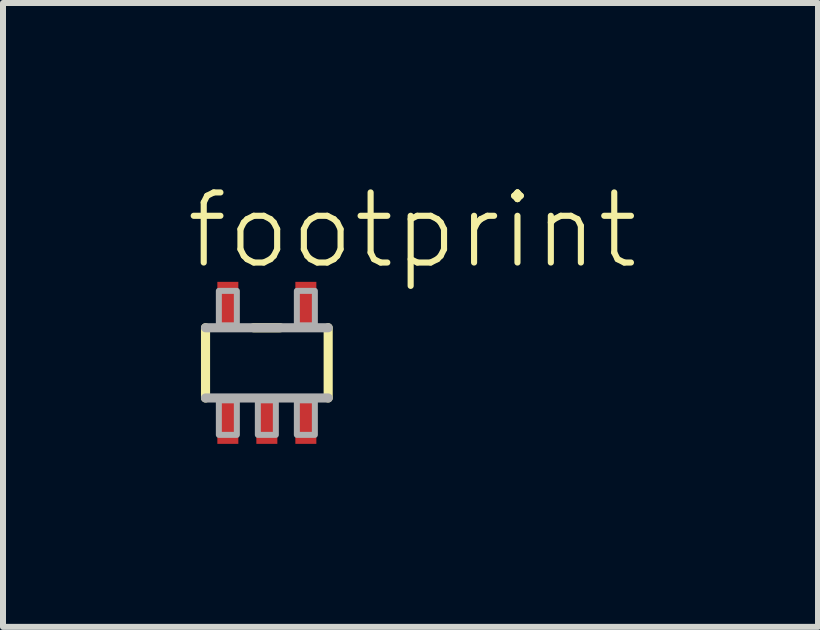
<source format=kicad_pcb>
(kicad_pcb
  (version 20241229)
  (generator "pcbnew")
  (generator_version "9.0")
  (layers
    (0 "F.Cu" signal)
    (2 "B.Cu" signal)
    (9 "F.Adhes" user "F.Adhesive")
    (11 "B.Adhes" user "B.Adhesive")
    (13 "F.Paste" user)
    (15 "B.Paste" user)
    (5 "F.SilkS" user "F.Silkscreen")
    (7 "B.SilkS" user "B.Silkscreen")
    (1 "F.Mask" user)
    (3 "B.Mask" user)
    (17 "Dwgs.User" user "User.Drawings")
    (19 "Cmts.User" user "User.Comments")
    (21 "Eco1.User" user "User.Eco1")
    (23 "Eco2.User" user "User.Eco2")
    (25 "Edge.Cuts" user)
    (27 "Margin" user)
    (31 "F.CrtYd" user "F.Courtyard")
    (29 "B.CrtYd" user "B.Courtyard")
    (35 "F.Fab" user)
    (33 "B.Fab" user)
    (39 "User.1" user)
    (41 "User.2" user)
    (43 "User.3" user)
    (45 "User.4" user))
  (footprint "footprint"
    (layer "F.Cu")
    (at 1.397 2.997)
    (property "Reference" "footprint" (at -1.397 -1.524 0) (layer "F.SilkS") (effects (font (size 1.168 1.168) (thickness 0.102)) (justify left bottom)))
    (fp_poly (pts (xy -0.875 1.4) (xy -0.425 1.4) (xy -0.425 0.5) (xy -0.875 0.5)) (stroke (width 0) (type solid)) (fill yes) (layer "F.Mask"))
    (fp_poly (pts (xy -0.425 -1.4) (xy -0.875 -1.4) (xy -0.875 -0.5) (xy -0.425 -0.5)) (stroke (width 0) (type solid)) (fill yes) (layer "F.Mask"))
    (fp_poly (pts (xy -0.225 1.4) (xy 0.225 1.4) (xy 0.225 0.5) (xy -0.225 0.5)) (stroke (width 0) (type solid)) (fill yes) (layer "F.Mask"))
    (fp_poly (pts (xy 0.425 1.4) (xy 0.875 1.4) (xy 0.875 0.5) (xy 0.425 0.5)) (stroke (width 0) (type solid)) (fill yes) (layer "F.Mask"))
    (fp_poly (pts (xy 0.875 -1.4) (xy 0.425 -1.4) (xy 0.425 -0.5) (xy 0.875 -0.5)) (stroke (width 0) (type solid)) (fill yes) (layer "F.Mask"))
    (fp_line (start -1.022 0.585) (end -1.022 -0.585) (stroke (width 0.152) (type solid)) (layer "F.SilkS"))
    (fp_line (start -0.222 -0.585) (end 0.222 -0.585) (stroke (width 0.152) (type solid)) (layer "F.SilkS"))
    (fp_line (start 1.022 -0.585) (end 1.022 0.585) (stroke (width 0.152) (type solid)) (layer "F.SilkS"))
    (fp_poly (pts (xy -0.8 1.325) (xy -0.5 1.325) (xy -0.5 0.575) (xy -0.8 0.575)) (stroke (width 0) (type solid)) (fill yes) (layer "F.Paste"))
    (fp_poly (pts (xy -0.5 -1.325) (xy -0.8 -1.325) (xy -0.8 -0.575) (xy -0.5 -0.575)) (stroke (width 0) (type solid)) (fill yes) (layer "F.Paste"))
    (fp_poly (pts (xy -0.15 1.325) (xy 0.15 1.325) (xy 0.15 0.575) (xy -0.15 0.575)) (stroke (width 0) (type solid)) (fill yes) (layer "F.Paste"))
    (fp_poly (pts (xy 0.5 1.325) (xy 0.8 1.325) (xy 0.8 0.575) (xy 0.5 0.575)) (stroke (width 0) (type solid)) (fill yes) (layer "F.Paste"))
    (fp_poly (pts (xy 0.8 -1.325) (xy 0.5 -1.325) (xy 0.5 -0.575) (xy 0.8 -0.575)) (stroke (width 0) (type solid)) (fill yes) (layer "F.Paste"))
    (fp_line (start -1.022 -0.585) (end 1.022 -0.585) (stroke (width 0.152) (type solid)) (layer "F.Fab"))
    (fp_line (start 1.022 0.585) (end -1.022 0.585) (stroke (width 0.152) (type solid)) (layer "F.Fab"))
    (fp_poly (pts (xy -0.8 1.2) (xy -0.5 1.2) (xy -0.5 0.625) (xy -0.8 0.625)) (stroke (width 0.1) (type solid)) (fill no) (layer "F.Fab"))
    (fp_poly (pts (xy -0.5 -1.2) (xy -0.8 -1.2) (xy -0.8 -0.625) (xy -0.5 -0.625)) (stroke (width 0.1) (type solid)) (fill no) (layer "F.Fab"))
    (fp_poly (pts (xy -0.15 1.2) (xy 0.15 1.2) (xy 0.15 0.625) (xy -0.15 0.625)) (stroke (width 0.1) (type solid)) (fill no) (layer "F.Fab"))
    (fp_poly (pts (xy 0.5 1.2) (xy 0.8 1.2) (xy 0.8 0.625) (xy 0.5 0.625)) (stroke (width 0.1) (type solid)) (fill no) (layer "F.Fab"))
    (fp_poly (pts (xy 0.8 -1.2) (xy 0.5 -1.2) (xy 0.5 -0.625) (xy 0.8 -0.625)) (stroke (width 0.1) (type solid)) (fill no) (layer "F.Fab"))
    (pad "1" smd rect (at -0.65 0.95) (size 0.35 0.8) (layers "F.Cu"))
    (pad "2" smd rect (at 0 0.95) (size 0.35 0.8) (layers "F.Cu"))
    (pad "3" smd rect (at 0.65 0.95) (size 0.35 0.8) (layers "F.Cu"))
    (pad "4" smd rect (at 0.65 -0.95) (size 0.35 0.8) (layers "F.Cu"))
    (pad "5" smd rect (at -0.65 -0.95) (size 0.35 0.8) (layers "F.Cu")))
  (gr_rect
    (start -3 -3)
    (end 10.582 7.397)
    (stroke (width 0.1) (type default))
    (fill no)
    (layer "Edge.Cuts")))
</source>
